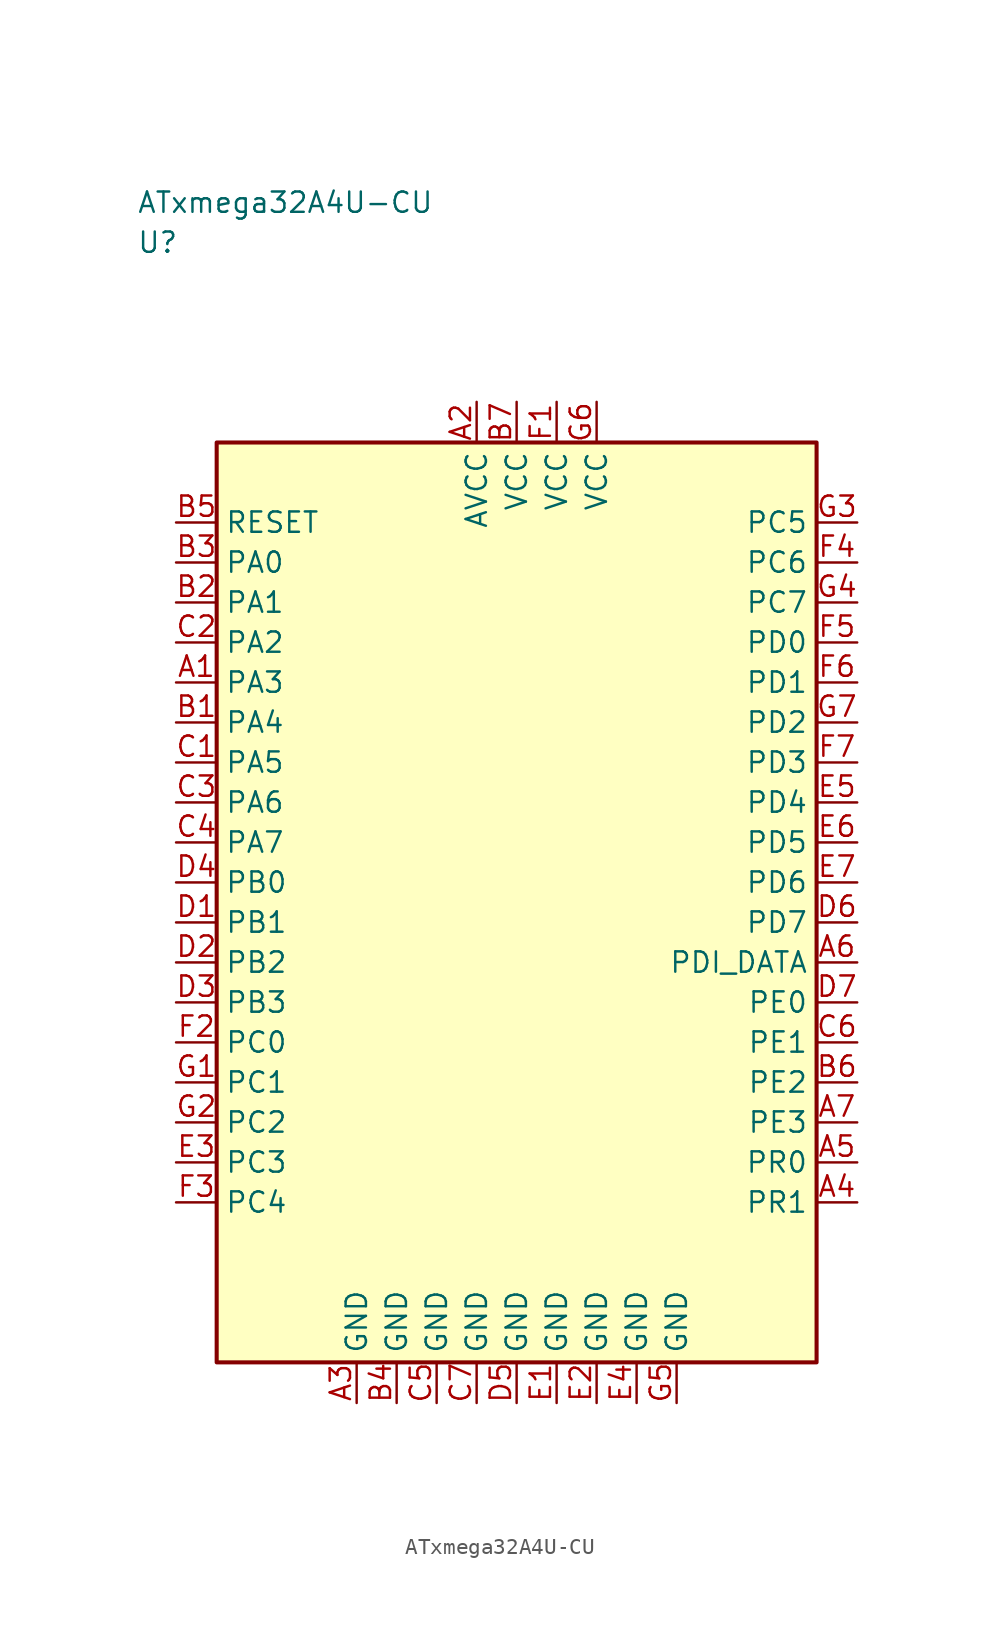
<source format=kicad_sym>
(kicad_symbol_lib
  (version 20241025)
  (generator "kicad_symbol_editor")
  (generator_version "8.0")
  (symbol "ATxmega32A4U-CU"
    (property "Reference" "U"
      (at -23.75 41.25 0)
      (effects (font (size 1.27 1.27)) (justify left)))
    (property "Value" "ATxmega32A4U-CU"
      (at -23.75 43.75 0)
      (effects (font (size 1.27 1.27)) (justify left)))
    (symbol "ATxmega32A4U-CU_0_1"
      (rectangle (start -18.75 28.75) (end 18.75 -28.75) (stroke (width 0.254) (type default)) (fill (type background))))
    (symbol "ATxmega32A4U-CU_1_1"
      (pin bidirectional line (at -21.29 13.75 0.0) (length 2.54) (name "PA3" (effects (font (size 1.27 1.27)))) (number "A1" (effects (font (size 1.27 1.27)))))
      (pin power_in line (at -2.5 31.29 270.0) (length 2.54) (name "AVCC" (effects (font (size 1.27 1.27)))) (number "A2" (effects (font (size 1.27 1.27)))))
      (pin passive line (at -10.0 -31.29 90.0) (length 2.54) (name "GND" (effects (font (size 1.27 1.27)))) (number "A3" (effects (font (size 1.27 1.27)))))
      (pin bidirectional line (at 21.29 -18.75 180.0) (length 2.54) (name "PR1" (effects (font (size 1.27 1.27)))) (number "A4" (effects (font (size 1.27 1.27)))))
      (pin bidirectional line (at 21.29 -16.25 180.0) (length 2.54) (name "PR0" (effects (font (size 1.27 1.27)))) (number "A5" (effects (font (size 1.27 1.27)))))
      (pin bidirectional line (at 21.29 -3.75 180.0) (length 2.54) (name "PDI_DATA" (effects (font (size 1.27 1.27)))) (number "A6" (effects (font (size 1.27 1.27)))))
      (pin bidirectional line (at 21.29 -13.75 180.0) (length 2.54) (name "PE3" (effects (font (size 1.27 1.27)))) (number "A7" (effects (font (size 1.27 1.27)))))
      (pin bidirectional line (at -21.29 11.25 0.0) (length 2.54) (name "PA4" (effects (font (size 1.27 1.27)))) (number "B1" (effects (font (size 1.27 1.27)))))
      (pin bidirectional line (at -21.29 18.75 0.0) (length 2.54) (name "PA1" (effects (font (size 1.27 1.27)))) (number "B2" (effects (font (size 1.27 1.27)))))
      (pin bidirectional line (at -21.29 21.25 0.0) (length 2.54) (name "PA0" (effects (font (size 1.27 1.27)))) (number "B3" (effects (font (size 1.27 1.27)))))
      (pin passive line (at -7.5 -31.29 90.0) (length 2.54) (name "GND" (effects (font (size 1.27 1.27)))) (number "B4" (effects (font (size 1.27 1.27)))))
      (pin input line (at -21.29 23.75 0.0) (length 2.54) (name "RESET" (effects (font (size 1.27 1.27)))) (number "B5" (effects (font (size 1.27 1.27)))))
      (pin bidirectional line (at 21.29 -11.25 180.0) (length 2.54) (name "PE2" (effects (font (size 1.27 1.27)))) (number "B6" (effects (font (size 1.27 1.27)))))
      (pin power_in line (at 0.0 31.29 270.0) (length 2.54) (name "VCC" (effects (font (size 1.27 1.27)))) (number "B7" (effects (font (size 1.27 1.27)))))
      (pin bidirectional line (at -21.29 8.75 0.0) (length 2.54) (name "PA5" (effects (font (size 1.27 1.27)))) (number "C1" (effects (font (size 1.27 1.27)))))
      (pin bidirectional line (at -21.29 16.25 0.0) (length 2.54) (name "PA2" (effects (font (size 1.27 1.27)))) (number "C2" (effects (font (size 1.27 1.27)))))
      (pin bidirectional line (at -21.29 6.25 0.0) (length 2.54) (name "PA6" (effects (font (size 1.27 1.27)))) (number "C3" (effects (font (size 1.27 1.27)))))
      (pin bidirectional line (at -21.29 3.75 0.0) (length 2.54) (name "PA7" (effects (font (size 1.27 1.27)))) (number "C4" (effects (font (size 1.27 1.27)))))
      (pin passive line (at -5.0 -31.29 90.0) (length 2.54) (name "GND" (effects (font (size 1.27 1.27)))) (number "C5" (effects (font (size 1.27 1.27)))))
      (pin bidirectional line (at 21.29 -8.75 180.0) (length 2.54) (name "PE1" (effects (font (size 1.27 1.27)))) (number "C6" (effects (font (size 1.27 1.27)))))
      (pin passive line (at -2.5 -31.29 90.0) (length 2.54) (name "GND" (effects (font (size 1.27 1.27)))) (number "C7" (effects (font (size 1.27 1.27)))))
      (pin bidirectional line (at -21.29 -1.25 0.0) (length 2.54) (name "PB1" (effects (font (size 1.27 1.27)))) (number "D1" (effects (font (size 1.27 1.27)))))
      (pin bidirectional line (at -21.29 -3.75 0.0) (length 2.54) (name "PB2" (effects (font (size 1.27 1.27)))) (number "D2" (effects (font (size 1.27 1.27)))))
      (pin bidirectional line (at -21.29 -6.25 0.0) (length 2.54) (name "PB3" (effects (font (size 1.27 1.27)))) (number "D3" (effects (font (size 1.27 1.27)))))
      (pin bidirectional line (at -21.29 1.25 0.0) (length 2.54) (name "PB0" (effects (font (size 1.27 1.27)))) (number "D4" (effects (font (size 1.27 1.27)))))
      (pin passive line (at 0.0 -31.29 90.0) (length 2.54) (name "GND" (effects (font (size 1.27 1.27)))) (number "D5" (effects (font (size 1.27 1.27)))))
      (pin bidirectional line (at 21.29 -1.25 180.0) (length 2.54) (name "PD7" (effects (font (size 1.27 1.27)))) (number "D6" (effects (font (size 1.27 1.27)))))
      (pin bidirectional line (at 21.29 -6.25 180.0) (length 2.54) (name "PE0" (effects (font (size 1.27 1.27)))) (number "D7" (effects (font (size 1.27 1.27)))))
      (pin passive line (at 2.5 -31.29 90.0) (length 2.54) (name "GND" (effects (font (size 1.27 1.27)))) (number "E1" (effects (font (size 1.27 1.27)))))
      (pin passive line (at 5.0 -31.29 90.0) (length 2.54) (name "GND" (effects (font (size 1.27 1.27)))) (number "E2" (effects (font (size 1.27 1.27)))))
      (pin bidirectional line (at -21.29 -16.25 0.0) (length 2.54) (name "PC3" (effects (font (size 1.27 1.27)))) (number "E3" (effects (font (size 1.27 1.27)))))
      (pin passive line (at 7.5 -31.29 90.0) (length 2.54) (name "GND" (effects (font (size 1.27 1.27)))) (number "E4" (effects (font (size 1.27 1.27)))))
      (pin bidirectional line (at 21.29 6.25 180.0) (length 2.54) (name "PD4" (effects (font (size 1.27 1.27)))) (number "E5" (effects (font (size 1.27 1.27)))))
      (pin bidirectional line (at 21.29 3.75 180.0) (length 2.54) (name "PD5" (effects (font (size 1.27 1.27)))) (number "E6" (effects (font (size 1.27 1.27)))))
      (pin bidirectional line (at 21.29 1.25 180.0) (length 2.54) (name "PD6" (effects (font (size 1.27 1.27)))) (number "E7" (effects (font (size 1.27 1.27)))))
      (pin power_in line (at 2.5 31.29 270.0) (length 2.54) (name "VCC" (effects (font (size 1.27 1.27)))) (number "F1" (effects (font (size 1.27 1.27)))))
      (pin bidirectional line (at -21.29 -8.75 0.0) (length 2.54) (name "PC0" (effects (font (size 1.27 1.27)))) (number "F2" (effects (font (size 1.27 1.27)))))
      (pin bidirectional line (at -21.29 -18.75 0.0) (length 2.54) (name "PC4" (effects (font (size 1.27 1.27)))) (number "F3" (effects (font (size 1.27 1.27)))))
      (pin bidirectional line (at 21.29 21.25 180.0) (length 2.54) (name "PC6" (effects (font (size 1.27 1.27)))) (number "F4" (effects (font (size 1.27 1.27)))))
      (pin bidirectional line (at 21.29 16.25 180.0) (length 2.54) (name "PD0" (effects (font (size 1.27 1.27)))) (number "F5" (effects (font (size 1.27 1.27)))))
      (pin bidirectional line (at 21.29 13.75 180.0) (length 2.54) (name "PD1" (effects (font (size 1.27 1.27)))) (number "F6" (effects (font (size 1.27 1.27)))))
      (pin bidirectional line (at 21.29 8.75 180.0) (length 2.54) (name "PD3" (effects (font (size 1.27 1.27)))) (number "F7" (effects (font (size 1.27 1.27)))))
      (pin bidirectional line (at -21.29 -11.25 0.0) (length 2.54) (name "PC1" (effects (font (size 1.27 1.27)))) (number "G1" (effects (font (size 1.27 1.27)))))
      (pin bidirectional line (at -21.29 -13.75 0.0) (length 2.54) (name "PC2" (effects (font (size 1.27 1.27)))) (number "G2" (effects (font (size 1.27 1.27)))))
      (pin bidirectional line (at 21.29 23.75 180.0) (length 2.54) (name "PC5" (effects (font (size 1.27 1.27)))) (number "G3" (effects (font (size 1.27 1.27)))))
      (pin bidirectional line (at 21.29 18.75 180.0) (length 2.54) (name "PC7" (effects (font (size 1.27 1.27)))) (number "G4" (effects (font (size 1.27 1.27)))))
      (pin passive line (at 10.0 -31.29 90.0) (length 2.54) (name "GND" (effects (font (size 1.27 1.27)))) (number "G5" (effects (font (size 1.27 1.27)))))
      (pin power_in line (at 5.0 31.29 270.0) (length 2.54) (name "VCC" (effects (font (size 1.27 1.27)))) (number "G6" (effects (font (size 1.27 1.27)))))
      (pin bidirectional line (at 21.29 11.25 180.0) (length 2.54) (name "PD2" (effects (font (size 1.27 1.27)))) (number "G7" (effects (font (size 1.27 1.27))))))))
</source>
